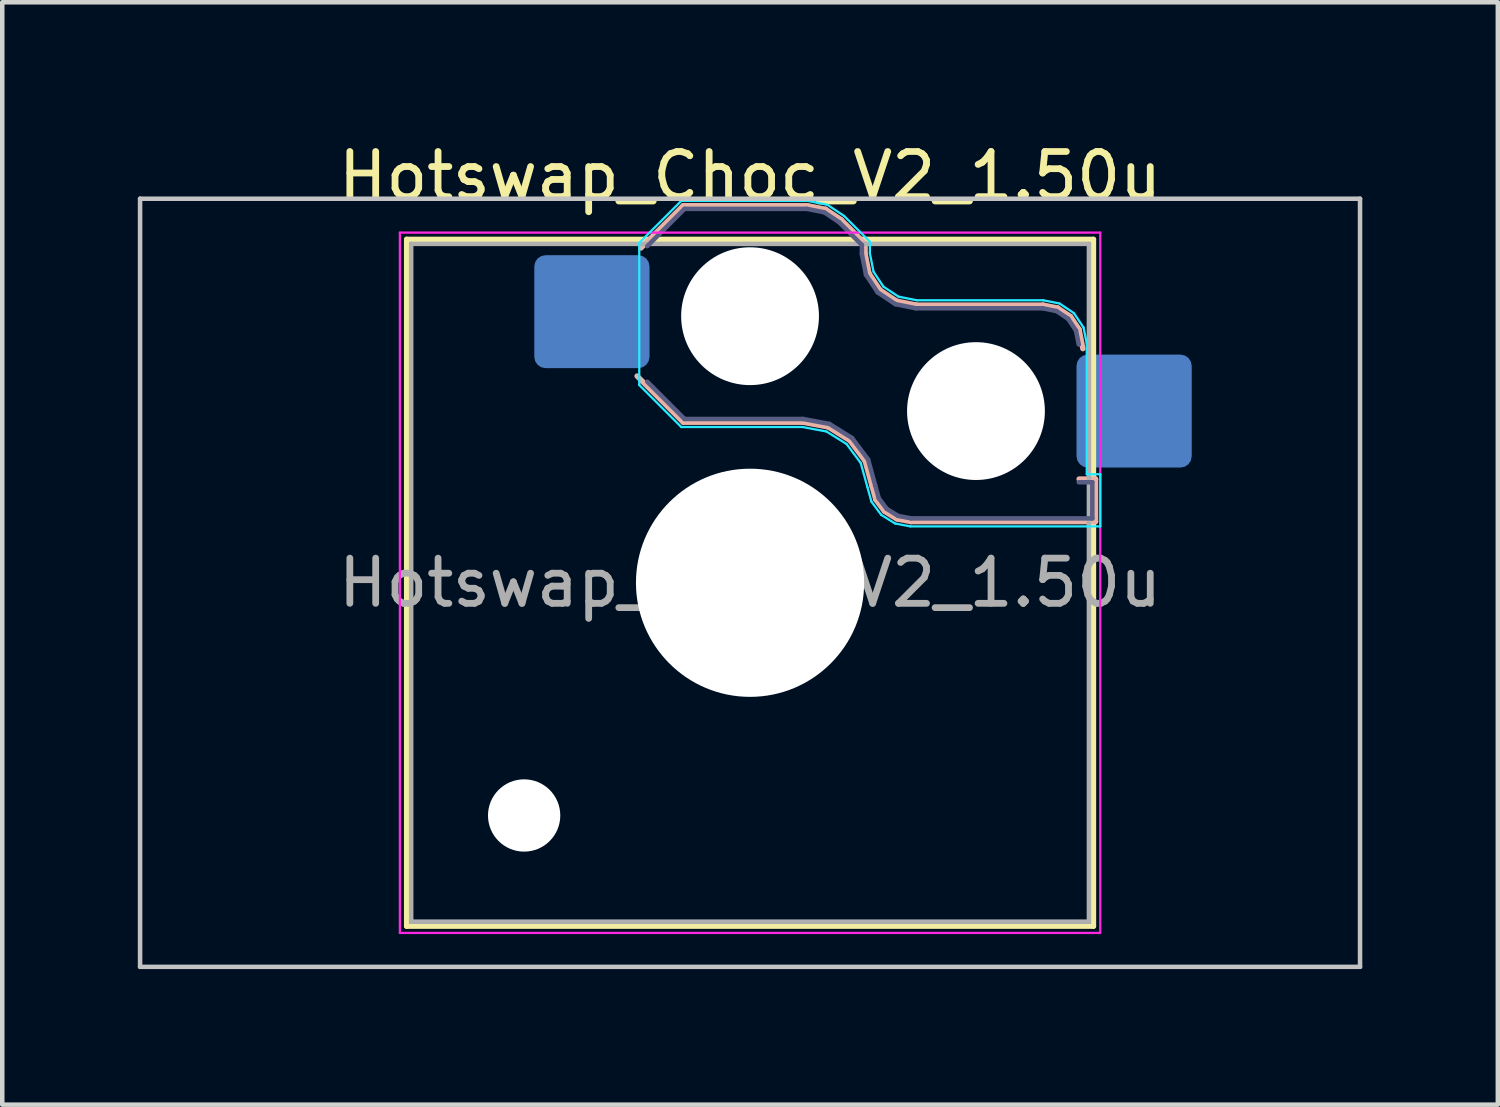
<source format=kicad_pcb>
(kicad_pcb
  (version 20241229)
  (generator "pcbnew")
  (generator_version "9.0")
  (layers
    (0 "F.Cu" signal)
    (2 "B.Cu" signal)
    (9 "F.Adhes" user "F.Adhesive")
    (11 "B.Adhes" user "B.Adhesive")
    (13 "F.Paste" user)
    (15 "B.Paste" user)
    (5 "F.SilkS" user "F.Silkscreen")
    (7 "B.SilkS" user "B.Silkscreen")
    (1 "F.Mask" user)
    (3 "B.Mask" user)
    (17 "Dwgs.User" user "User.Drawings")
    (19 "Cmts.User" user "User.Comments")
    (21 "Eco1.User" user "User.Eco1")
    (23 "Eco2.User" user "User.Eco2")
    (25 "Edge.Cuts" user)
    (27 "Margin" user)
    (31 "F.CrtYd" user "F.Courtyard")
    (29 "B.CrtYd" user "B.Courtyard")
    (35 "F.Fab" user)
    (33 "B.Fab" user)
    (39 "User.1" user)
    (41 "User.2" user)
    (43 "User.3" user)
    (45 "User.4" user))
  (footprint "Hotswap_Choc_V2_1.50u"
    (layer "F.Cu")
    (at 13.55 9.848)
    (property "Reference" "Hotswap_Choc_V2_1.50u" (at 0 -9 0) (layer "F.SilkS") (effects (font (size 1 1) (thickness 0.15))))
    (attr smd)
    (fp_line (start -7.6 -7.6) (end -7.6 7.6) (stroke (width 0.12) (type solid)) (layer "F.SilkS"))
    (fp_line (start -7.6 7.6) (end 7.6 7.6) (stroke (width 0.12) (type solid)) (layer "F.SilkS"))
    (fp_line (start 7.6 -7.6) (end -7.6 -7.6) (stroke (width 0.12) (type solid)) (layer "F.SilkS"))
    (fp_line (start 7.6 7.6) (end 7.6 -7.6) (stroke (width 0.12) (type solid)) (layer "F.SilkS"))
    (fp_line (start -2.416 -7.409) (end -1.479 -8.346) (stroke (width 0.12) (type solid)) (layer "B.SilkS"))
    (fp_line (start -1.479 -8.346) (end 1.268 -8.346) (stroke (width 0.12) (type solid)) (layer "B.SilkS"))
    (fp_line (start -1.479 -3.554) (end -2.5 -4.575) (stroke (width 0.12) (type solid)) (layer "B.SilkS"))
    (fp_line (start 1.168 -3.554) (end -1.479 -3.554) (stroke (width 0.12) (type solid)) (layer "B.SilkS"))
    (fp_line (start 1.268 -8.346) (end 1.671 -8.266) (stroke (width 0.12) (type solid)) (layer "B.SilkS"))
    (fp_line (start 1.671 -8.266) (end 2.013 -8.037) (stroke (width 0.12) (type solid)) (layer "B.SilkS"))
    (fp_line (start 1.73 -3.449) (end 1.168 -3.554) (stroke (width 0.12) (type solid)) (layer "B.SilkS"))
    (fp_line (start 2.013 -8.037) (end 2.546 -7.504) (stroke (width 0.12) (type solid)) (layer "B.SilkS"))
    (fp_line (start 2.209 -3.15) (end 1.73 -3.449) (stroke (width 0.12) (type solid)) (layer "B.SilkS"))
    (fp_line (start 2.546 -7.504) (end 2.546 -7.282) (stroke (width 0.12) (type solid)) (layer "B.SilkS"))
    (fp_line (start 2.546 -7.282) (end 2.633 -6.844) (stroke (width 0.12) (type solid)) (layer "B.SilkS"))
    (fp_line (start 2.547 -2.697) (end 2.209 -3.15) (stroke (width 0.12) (type solid)) (layer "B.SilkS"))
    (fp_line (start 2.633 -6.844) (end 2.877 -6.477) (stroke (width 0.12) (type solid)) (layer "B.SilkS"))
    (fp_line (start 2.701 -2.139) (end 2.547 -2.697) (stroke (width 0.12) (type solid)) (layer "B.SilkS"))
    (fp_line (start 2.783 -1.841) (end 2.701 -2.139) (stroke (width 0.12) (type solid)) (layer "B.SilkS"))
    (fp_line (start 2.877 -6.477) (end 3.244 -6.233) (stroke (width 0.12) (type solid)) (layer "B.SilkS"))
    (fp_line (start 2.976 -1.583) (end 2.783 -1.841) (stroke (width 0.12) (type solid)) (layer "B.SilkS"))
    (fp_line (start 3.244 -6.233) (end 3.682 -6.146) (stroke (width 0.12) (type solid)) (layer "B.SilkS"))
    (fp_line (start 3.25 -1.413) (end 2.976 -1.583) (stroke (width 0.12) (type solid)) (layer "B.SilkS"))
    (fp_line (start 3.56 -1.354) (end 3.25 -1.413) (stroke (width 0.12) (type solid)) (layer "B.SilkS"))
    (fp_line (start 3.682 -6.146) (end 6.482 -6.146) (stroke (width 0.12) (type solid)) (layer "B.SilkS"))
    (fp_line (start 6.482 -6.146) (end 6.809 -6.081) (stroke (width 0.12) (type solid)) (layer "B.SilkS"))
    (fp_line (start 6.809 -6.081) (end 7.092 -5.892) (stroke (width 0.12) (type solid)) (layer "B.SilkS"))
    (fp_line (start 7.092 -5.892) (end 7.281 -5.609) (stroke (width 0.12) (type solid)) (layer "B.SilkS"))
    (fp_line (start 7.281 -5.609) (end 7.366 -5.182) (stroke (width 0.12) (type solid)) (layer "B.SilkS"))
    (fp_line (start 7.283 -2.296) (end 7.646 -2.296) (stroke (width 0.12) (type solid)) (layer "B.SilkS"))
    (fp_line (start 7.646 -2.296) (end 7.646 -1.354) (stroke (width 0.12) (type solid)) (layer "B.SilkS"))
    (fp_line (start 7.646 -1.354) (end 3.56 -1.354) (stroke (width 0.12) (type solid)) (layer "B.SilkS"))
    (fp_line (start -13.5 -8.5) (end -13.5 8.5) (stroke (width 0.1) (type solid)) (layer "Dwgs.User"))
    (fp_line (start -13.5 8.5) (end 13.5 8.5) (stroke (width 0.1) (type solid)) (layer "Dwgs.User"))
    (fp_line (start 13.5 -8.5) (end -13.5 -8.5) (stroke (width 0.1) (type solid)) (layer "Dwgs.User"))
    (fp_line (start 13.5 8.5) (end 13.5 -8.5) (stroke (width 0.1) (type solid)) (layer "Dwgs.User"))
    (fp_line (start -7.25 -7.25) (end -7.25 7.25) (stroke (width 0.1) (type solid)) (layer "Eco1.User"))
    (fp_line (start -7.25 7.25) (end 7.25 7.25) (stroke (width 0.1) (type solid)) (layer "Eco1.User"))
    (fp_line (start 7.25 -7.25) (end -7.25 -7.25) (stroke (width 0.1) (type solid)) (layer "Eco1.User"))
    (fp_line (start 7.25 7.25) (end 7.25 -7.25) (stroke (width 0.1) (type solid)) (layer "Eco1.User"))
    (fp_line (start -2.452 -7.523) (end -1.523 -8.452) (stroke (width 0.05) (type solid)) (layer "B.CrtYd"))
    (fp_line (start -2.452 -4.377) (end -2.452 -7.523) (stroke (width 0.05) (type solid)) (layer "B.CrtYd"))
    (fp_line (start -1.523 -8.452) (end 1.278 -8.452) (stroke (width 0.05) (type solid)) (layer "B.CrtYd"))
    (fp_line (start -1.523 -3.448) (end -2.452 -4.377) (stroke (width 0.05) (type solid)) (layer "B.CrtYd"))
    (fp_line (start 1.159 -3.448) (end -1.523 -3.448) (stroke (width 0.05) (type solid)) (layer "B.CrtYd"))
    (fp_line (start 1.278 -8.452) (end 1.712 -8.366) (stroke (width 0.05) (type solid)) (layer "B.CrtYd"))
    (fp_line (start 1.691 -3.348) (end 1.159 -3.448) (stroke (width 0.05) (type solid)) (layer "B.CrtYd"))
    (fp_line (start 1.712 -8.366) (end 2.081 -8.119) (stroke (width 0.05) (type solid)) (layer "B.CrtYd"))
    (fp_line (start 2.081 -8.119) (end 2.652 -7.548) (stroke (width 0.05) (type solid)) (layer "B.CrtYd"))
    (fp_line (start 2.136 -3.071) (end 1.691 -3.348) (stroke (width 0.05) (type solid)) (layer "B.CrtYd"))
    (fp_line (start 2.45 -2.65) (end 2.136 -3.071) (stroke (width 0.05) (type solid)) (layer "B.CrtYd"))
    (fp_line (start 2.599 -2.111) (end 2.45 -2.65) (stroke (width 0.05) (type solid)) (layer "B.CrtYd"))
    (fp_line (start 2.652 -7.548) (end 2.652 -7.292) (stroke (width 0.05) (type solid)) (layer "B.CrtYd"))
    (fp_line (start 2.652 -7.292) (end 2.733 -6.885) (stroke (width 0.05) (type solid)) (layer "B.CrtYd"))
    (fp_line (start 2.687 -1.794) (end 2.599 -2.111) (stroke (width 0.05) (type solid)) (layer "B.CrtYd"))
    (fp_line (start 2.733 -6.885) (end 2.953 -6.553) (stroke (width 0.05) (type solid)) (layer "B.CrtYd"))
    (fp_line (start 2.903 -1.503) (end 2.687 -1.794) (stroke (width 0.05) (type solid)) (layer "B.CrtYd"))
    (fp_line (start 2.953 -6.553) (end 3.285 -6.333) (stroke (width 0.05) (type solid)) (layer "B.CrtYd"))
    (fp_line (start 3.211 -1.312) (end 2.903 -1.503) (stroke (width 0.05) (type solid)) (layer "B.CrtYd"))
    (fp_line (start 3.285 -6.333) (end 3.692 -6.252) (stroke (width 0.05) (type solid)) (layer "B.CrtYd"))
    (fp_line (start 3.55 -1.248) (end 3.211 -1.312) (stroke (width 0.05) (type solid)) (layer "B.CrtYd"))
    (fp_line (start 3.692 -6.252) (end 6.492 -6.252) (stroke (width 0.05) (type solid)) (layer "B.CrtYd"))
    (fp_line (start 6.492 -6.252) (end 6.85 -6.181) (stroke (width 0.05) (type solid)) (layer "B.CrtYd"))
    (fp_line (start 6.85 -6.181) (end 7.168 -5.968) (stroke (width 0.05) (type solid)) (layer "B.CrtYd"))
    (fp_line (start 7.168 -5.968) (end 7.381 -5.65) (stroke (width 0.05) (type solid)) (layer "B.CrtYd"))
    (fp_line (start 7.381 -5.65) (end 7.452 -5.292) (stroke (width 0.05) (type solid)) (layer "B.CrtYd"))
    (fp_line (start 7.452 -5.292) (end 7.452 -2.402) (stroke (width 0.05) (type solid)) (layer "B.CrtYd"))
    (fp_line (start 7.452 -2.402) (end 7.752 -2.402) (stroke (width 0.05) (type solid)) (layer "B.CrtYd"))
    (fp_line (start 7.752 -2.402) (end 7.752 -1.248) (stroke (width 0.05) (type solid)) (layer "B.CrtYd"))
    (fp_line (start 7.752 -1.248) (end 3.55 -1.248) (stroke (width 0.05) (type solid)) (layer "B.CrtYd"))
    (fp_line (start -7.75 -7.75) (end -7.75 7.75) (stroke (width 0.05) (type solid)) (layer "F.CrtYd"))
    (fp_line (start -7.75 7.75) (end 7.75 7.75) (stroke (width 0.05) (type solid)) (layer "F.CrtYd"))
    (fp_line (start 7.75 -7.75) (end -7.75 -7.75) (stroke (width 0.05) (type solid)) (layer "F.CrtYd"))
    (fp_line (start 7.75 7.75) (end 7.75 -7.75) (stroke (width 0.05) (type solid)) (layer "F.CrtYd"))
    (fp_line (start -2.275 -7.45) (end -1.45 -8.275) (stroke (width 0.1) (type solid)) (layer "B.Fab"))
    (fp_line (start -1.45 -8.275) (end 1.261 -8.275) (stroke (width 0.1) (type solid)) (layer "B.Fab"))
    (fp_line (start -1.45 -3.625) (end -2.275 -4.45) (stroke (width 0.1) (type solid)) (layer "B.Fab"))
    (fp_line (start 1.175 -3.625) (end -1.45 -3.625) (stroke (width 0.1) (type solid)) (layer "B.Fab"))
    (fp_line (start 1.261 -8.275) (end 1.643 -8.199) (stroke (width 0.1) (type solid)) (layer "B.Fab"))
    (fp_line (start 1.643 -8.199) (end 1.968 -7.982) (stroke (width 0.1) (type solid)) (layer "B.Fab"))
    (fp_line (start 1.756 -3.516) (end 1.175 -3.625) (stroke (width 0.1) (type solid)) (layer "B.Fab"))
    (fp_line (start 1.968 -7.982) (end 2.475 -7.475) (stroke (width 0.1) (type solid)) (layer "B.Fab"))
    (fp_line (start 2.258 -3.203) (end 1.756 -3.516) (stroke (width 0.1) (type solid)) (layer "B.Fab"))
    (fp_line (start 2.475 -7.475) (end 2.475 -7.275) (stroke (width 0.1) (type solid)) (layer "B.Fab"))
    (fp_line (start 2.475 -7.275) (end 2.566 -6.816) (stroke (width 0.1) (type solid)) (layer "B.Fab"))
    (fp_line (start 2.566 -6.816) (end 2.826 -6.426) (stroke (width 0.1) (type solid)) (layer "B.Fab"))
    (fp_line (start 2.612 -2.729) (end 2.258 -3.203) (stroke (width 0.1) (type solid)) (layer "B.Fab"))
    (fp_line (start 2.769 -2.158) (end 2.612 -2.729) (stroke (width 0.1) (type solid)) (layer "B.Fab"))
    (fp_line (start 2.826 -6.426) (end 3.216 -6.166) (stroke (width 0.1) (type solid)) (layer "B.Fab"))
    (fp_line (start 2.848 -1.873) (end 2.769 -2.158) (stroke (width 0.1) (type solid)) (layer "B.Fab"))
    (fp_line (start 3.025 -1.636) (end 2.848 -1.873) (stroke (width 0.1) (type solid)) (layer "B.Fab"))
    (fp_line (start 3.216 -6.166) (end 3.675 -6.075) (stroke (width 0.1) (type solid)) (layer "B.Fab"))
    (fp_line (start 3.276 -1.48) (end 3.025 -1.636) (stroke (width 0.1) (type solid)) (layer "B.Fab"))
    (fp_line (start 3.567 -1.425) (end 3.276 -1.48) (stroke (width 0.1) (type solid)) (layer "B.Fab"))
    (fp_line (start 3.675 -6.075) (end 6.475 -6.075) (stroke (width 0.1) (type solid)) (layer "B.Fab"))
    (fp_line (start 6.475 -6.075) (end 6.781 -6.014) (stroke (width 0.1) (type solid)) (layer "B.Fab"))
    (fp_line (start 6.781 -6.014) (end 7.041 -5.841) (stroke (width 0.1) (type solid)) (layer "B.Fab"))
    (fp_line (start 7.041 -5.841) (end 7.214 -5.581) (stroke (width 0.1) (type solid)) (layer "B.Fab"))
    (fp_line (start 7.214 -5.581) (end 7.275 -5.275) (stroke (width 0.1) (type solid)) (layer "B.Fab"))
    (fp_line (start 7.275 -2.225) (end 7.575 -2.225) (stroke (width 0.1) (type solid)) (layer "B.Fab"))
    (fp_line (start 7.575 -2.225) (end 7.575 -1.425) (stroke (width 0.1) (type solid)) (layer "B.Fab"))
    (fp_line (start 7.575 -1.425) (end 3.567 -1.425) (stroke (width 0.1) (type solid)) (layer "B.Fab"))
    (fp_line (start -7.5 -7.5) (end -7.5 7.5) (stroke (width 0.1) (type solid)) (layer "F.Fab"))
    (fp_line (start -7.5 7.5) (end 7.5 7.5) (stroke (width 0.1) (type solid)) (layer "F.Fab"))
    (fp_line (start 7.5 -7.5) (end -7.5 -7.5) (stroke (width 0.1) (type solid)) (layer "F.Fab"))
    (fp_line (start 7.5 7.5) (end 7.5 -7.5) (stroke (width 0.1) (type solid)) (layer "F.Fab"))
    (fp_text user "${REFERENCE}" (at 0 0 0) (layer "F.Fab") (effects (font (size 1 1) (thickness 0.15))))
    (pad "" np_thru_hole circle (at -5 5.15) (size 1.6 1.6) (drill 1.6) (layers "*.Cu" "*.Mask"))
    (pad "" np_thru_hole circle (at 0 -5.9) (size 3.05 3.05) (drill 3.05) (layers "*.Cu" "*.Mask"))
    (pad "" np_thru_hole circle (at 0 0) (size 5.05 5.05) (drill 5.05) (layers "*.Cu" "*.Mask"))
    (pad "" np_thru_hole circle (at 5 -3.8) (size 3.05 3.05) (drill 3.05) (layers "*.Cu" "*.Mask"))
    (pad "1" smd roundrect (at -3.5 -6) (size 2.55 2.5) (layers "B.Cu" "B.Mask" "B.Paste") (roundrect_rratio 0.1))
    (pad "2" smd roundrect (at 8.5 -3.8) (size 2.55 2.5) (layers "B.Cu" "B.Mask" "B.Paste") (roundrect_rratio 0.1)))
  (gr_rect
    (start -3 -3)
    (end 30.1 21.398)
    (stroke (width 0.1) (type default))
    (fill no)
    (layer "Edge.Cuts")))
</source>
